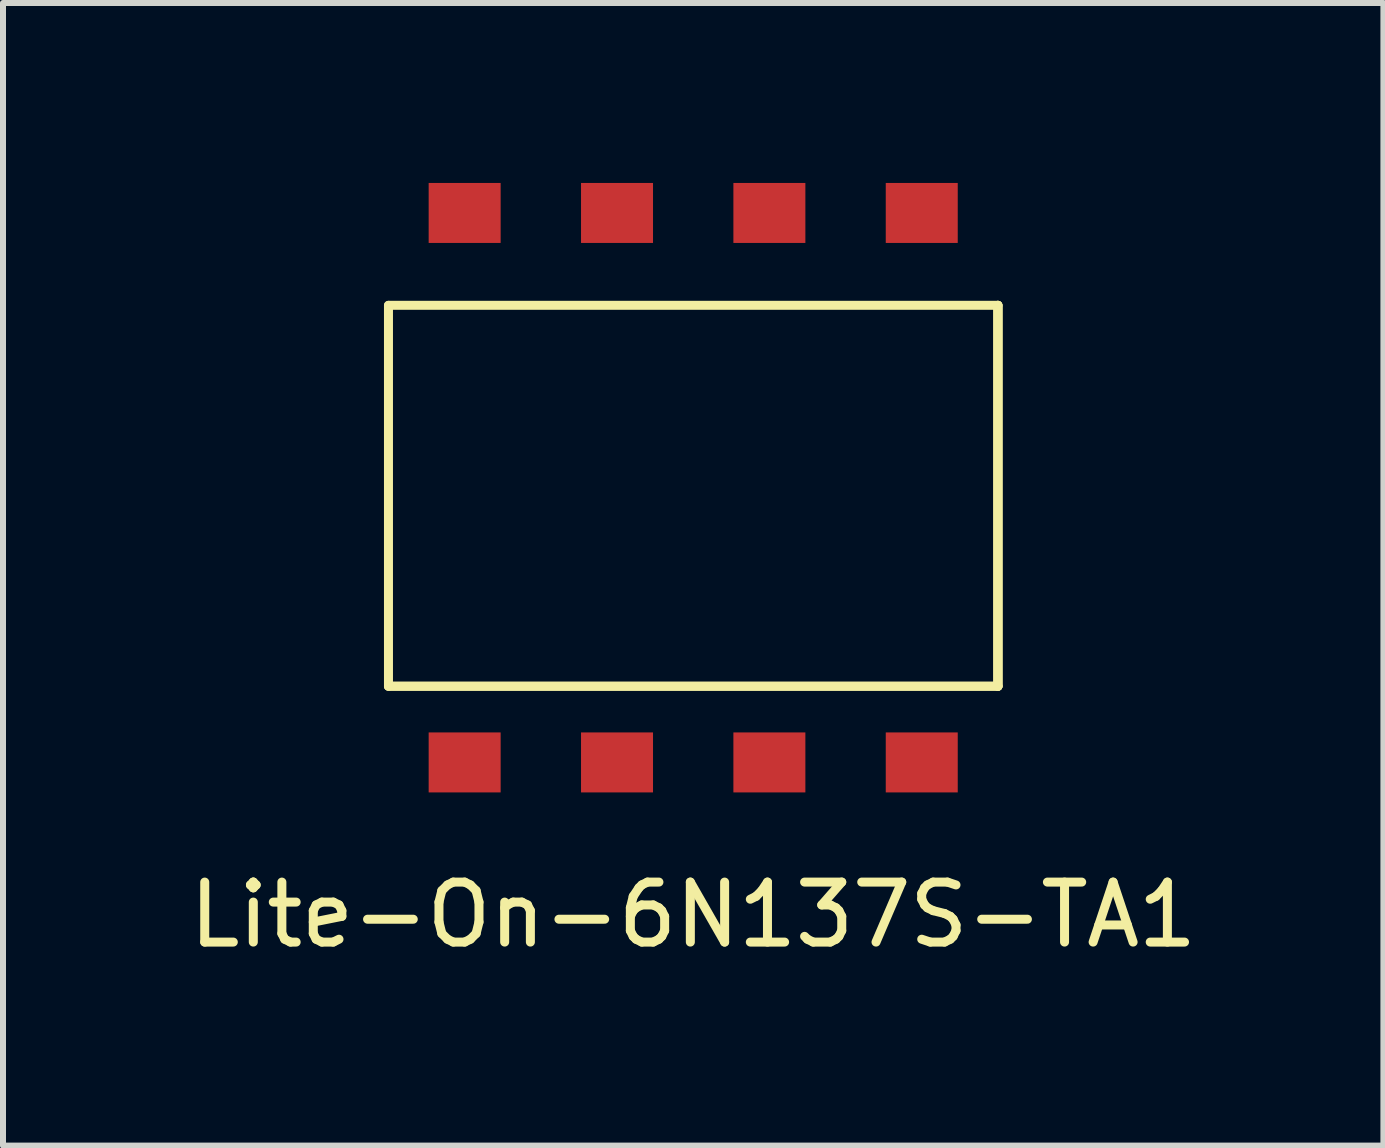
<source format=kicad_pcb>
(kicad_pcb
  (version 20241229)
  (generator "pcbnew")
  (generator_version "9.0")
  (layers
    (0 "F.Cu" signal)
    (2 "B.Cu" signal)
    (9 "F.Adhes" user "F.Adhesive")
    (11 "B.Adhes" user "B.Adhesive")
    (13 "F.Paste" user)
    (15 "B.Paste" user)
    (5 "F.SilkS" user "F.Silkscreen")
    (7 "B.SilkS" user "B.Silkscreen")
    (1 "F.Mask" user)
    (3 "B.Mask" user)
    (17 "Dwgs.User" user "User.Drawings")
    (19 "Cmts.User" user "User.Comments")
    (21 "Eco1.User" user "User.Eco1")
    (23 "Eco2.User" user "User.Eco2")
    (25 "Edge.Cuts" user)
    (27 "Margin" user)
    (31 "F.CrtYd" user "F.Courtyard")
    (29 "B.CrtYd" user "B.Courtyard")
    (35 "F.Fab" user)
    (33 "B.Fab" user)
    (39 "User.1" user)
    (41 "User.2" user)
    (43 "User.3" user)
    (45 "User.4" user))
  (footprint "Lite-On-6N137S-TA1"
    (layer "F.Cu")
    (at 4.696 9.66)
    (property "Reference" "Lite-On-6N137S-TA1" (at 3.81 2.54 0) (layer "F.SilkS") (effects (font (size 1 1) (thickness 0.15))))
    (attr through_hole)
    (fp_line (start -1.27 -7.62) (end 8.89 -7.62) (stroke (width 0.15) (type solid)) (layer "F.SilkS"))
    (fp_line (start -1.27 -1.27) (end -1.27 -7.62) (stroke (width 0.15) (type solid)) (layer "F.SilkS"))
    (fp_line (start 8.89 -7.62) (end 8.89 -1.27) (stroke (width 0.15) (type solid)) (layer "F.SilkS"))
    (fp_line (start 8.89 -7.62) (end 8.89 -1.27) (stroke (width 0.15) (type solid)) (layer "F.SilkS"))
    (fp_line (start 8.89 -7.62) (end 8.89 -1.27) (stroke (width 0.15) (type solid)) (layer "F.SilkS"))
    (fp_line (start 8.89 -1.27) (end -1.27 -1.27) (stroke (width 0.15) (type solid)) (layer "F.SilkS"))
    (fp_line (start 8.89 -1.27) (end -1.27 -1.27) (stroke (width 0.15) (type solid)) (layer "F.SilkS"))
    (pad "1" smd rect (at 0 0) (size 1.2 1) (layers "F.Cu" "F.Mask" "F.Paste"))
    (pad "2" smd rect (at 2.54 0) (size 1.2 1) (layers "F.Cu" "F.Mask" "F.Paste"))
    (pad "3" smd rect (at 5.08 0) (size 1.2 1) (layers "F.Cu" "F.Mask" "F.Paste"))
    (pad "4" smd rect (at 7.62 0) (size 1.2 1) (layers "F.Cu" "F.Mask" "F.Paste"))
    (pad "5" smd rect (at 7.62 -9.16) (size 1.2 1) (layers "F.Cu" "F.Mask" "F.Paste"))
    (pad "6" smd rect (at 5.08 -9.16) (size 1.2 1) (layers "F.Cu" "F.Mask" "F.Paste"))
    (pad "7" smd rect (at 2.54 -9.16) (size 1.2 1) (layers "F.Cu" "F.Mask" "F.Paste"))
    (pad "8" smd rect (at 0 -9.16) (size 1.2 1) (layers "F.Cu" "F.Mask" "F.Paste")))
  (gr_rect
    (start -3 -3)
    (end 20.012 16.048)
    (stroke (width 0.1) (type default))
    (fill no)
    (layer "Edge.Cuts")))
</source>
